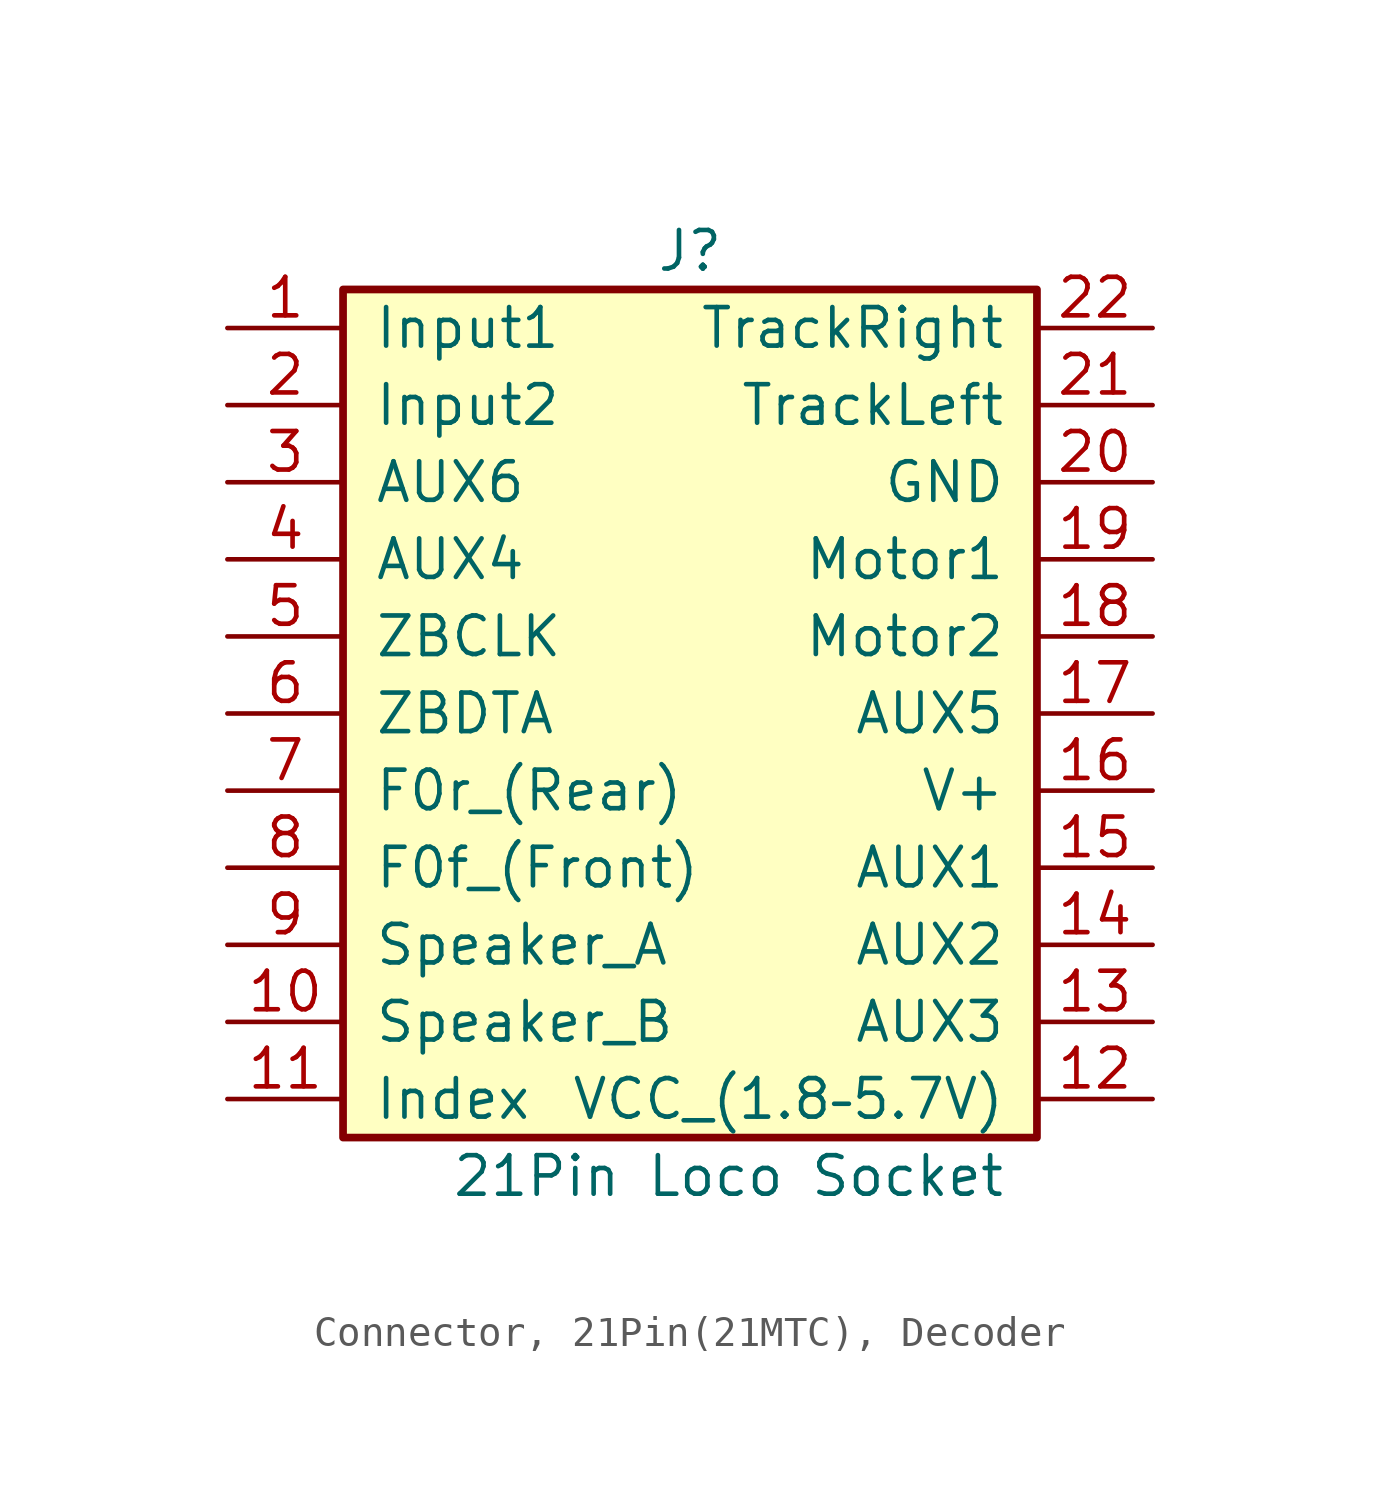
<source format=kicad_sym>
(kicad_symbol_lib
  (version 20241209)
  (generator "kicad_symbol_editor")
  (generator_version "9.0")
  (symbol "Connector, 21Pin(21MTC), Decoder"
    (pin_names
      (offset 1.016))
    (property "Reference" "J"
      (at 0 15.24 0)
      (effects (font (size 1.27 1.27))))
    (property "Value" "21Pin Loco Socket"
      (at 1.27 -15.24 0)
      (effects (font (size 1.27 1.27))))
    (symbol "Connector, 21Pin(21MTC), Decoder_1_1"
      (rectangle (start -11.43 13.97) (end 11.43 -13.97) (stroke (width 0.254) (type default)) (fill (type background)))
      (pin passive line (at -15.24 12.7 0) (length 3.81) (name "Input1" (effects (font (size 1.27 1.27)))) (number "1" (effects (font (size 1.27 1.27)))))
      (pin passive line (at -15.24 10.16 0) (length 3.81) (name "Input2" (effects (font (size 1.27 1.27)))) (number "2" (effects (font (size 1.27 1.27)))))
      (pin passive line (at -15.24 7.62 0) (length 3.81) (name "AUX6" (effects (font (size 1.27 1.27)))) (number "3" (effects (font (size 1.27 1.27)))))
      (pin passive line (at -15.24 5.08 0) (length 3.81) (name "AUX4" (effects (font (size 1.27 1.27)))) (number "4" (effects (font (size 1.27 1.27)))))
      (pin passive line (at -15.24 2.54 0) (length 3.81) (name "ZBCLK" (effects (font (size 1.27 1.27)))) (number "5" (effects (font (size 1.27 1.27)))))
      (pin passive line (at -15.24 0 0) (length 3.81) (name "ZBDTA" (effects (font (size 1.27 1.27)))) (number "6" (effects (font (size 1.27 1.27)))))
      (pin passive line (at -15.24 -2.54 0) (length 3.81) (name "F0r_(Rear)" (effects (font (size 1.27 1.27)))) (number "7" (effects (font (size 1.27 1.27)))))
      (pin passive line (at -15.24 -5.08 0) (length 3.81) (name "F0f_(Front)" (effects (font (size 1.27 1.27)))) (number "8" (effects (font (size 1.27 1.27)))))
      (pin passive line (at -15.24 -7.62 0) (length 3.81) (name "Speaker_A" (effects (font (size 1.27 1.27)))) (number "9" (effects (font (size 1.27 1.27)))))
      (pin passive line (at -15.24 -10.16 0) (length 3.81) (name "Speaker_B" (effects (font (size 1.27 1.27)))) (number "10" (effects (font (size 1.27 1.27)))))
      (pin free line (at -15.24 -12.7 0) (length 3.81) (name "Index" (effects (font (size 1.27 1.27)))) (number "11" (effects (font (size 1.27 1.27)))))
      (pin passive line (at 15.24 12.7 180) (length 3.81) (name "TrackRight" (effects (font (size 1.27 1.27)))) (number "22" (effects (font (size 1.27 1.27)))))
      (pin passive line (at 15.24 10.16 180) (length 3.81) (name "TrackLeft" (effects (font (size 1.27 1.27)))) (number "21" (effects (font (size 1.27 1.27)))))
      (pin passive line (at 15.24 7.62 180) (length 3.81) (name "GND" (effects (font (size 1.27 1.27)))) (number "20" (effects (font (size 1.27 1.27)))))
      (pin passive line (at 15.24 5.08 180) (length 3.81) (name "Motor1" (effects (font (size 1.27 1.27)))) (number "19" (effects (font (size 1.27 1.27)))))
      (pin passive line (at 15.24 2.54 180) (length 3.81) (name "Motor2" (effects (font (size 1.27 1.27)))) (number "18" (effects (font (size 1.27 1.27)))))
      (pin passive line (at 15.24 0 180) (length 3.81) (name "AUX5" (effects (font (size 1.27 1.27)))) (number "17" (effects (font (size 1.27 1.27)))))
      (pin passive line (at 15.24 -2.54 180) (length 3.81) (name "V+" (effects (font (size 1.27 1.27)))) (number "16" (effects (font (size 1.27 1.27)))))
      (pin passive line (at 15.24 -5.08 180) (length 3.81) (name "AUX1" (effects (font (size 1.27 1.27)))) (number "15" (effects (font (size 1.27 1.27)))))
      (pin passive line (at 15.24 -7.62 180) (length 3.81) (name "AUX2" (effects (font (size 1.27 1.27)))) (number "14" (effects (font (size 1.27 1.27)))))
      (pin passive line (at 15.24 -10.16 180) (length 3.81) (name "AUX3" (effects (font (size 1.27 1.27)))) (number "13" (effects (font (size 1.27 1.27)))))
      (pin passive line (at 15.24 -12.7 180) (length 3.81) (name "VCC_(1.8–5.7V)" (effects (font (size 1.27 1.27)))) (number "12" (effects (font (size 1.27 1.27))))))))
</source>
